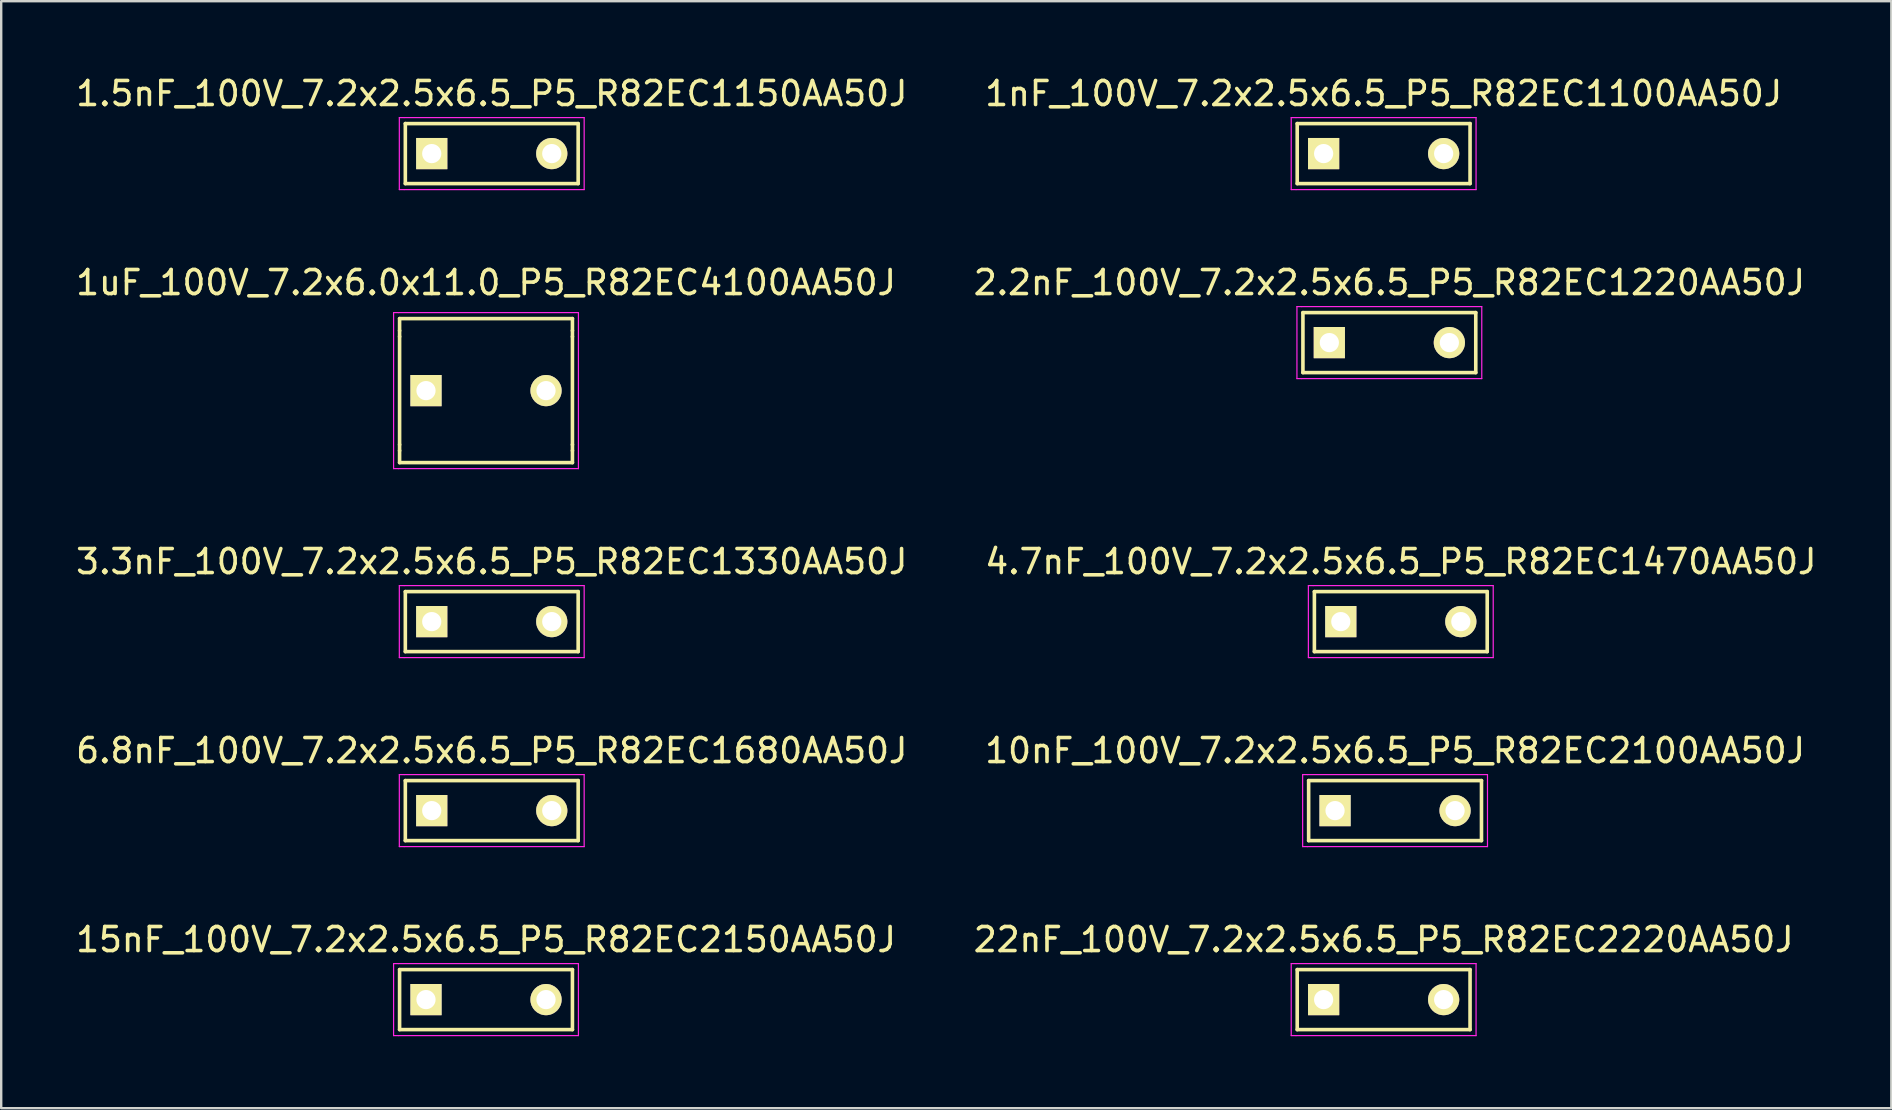
<source format=kicad_pcb>
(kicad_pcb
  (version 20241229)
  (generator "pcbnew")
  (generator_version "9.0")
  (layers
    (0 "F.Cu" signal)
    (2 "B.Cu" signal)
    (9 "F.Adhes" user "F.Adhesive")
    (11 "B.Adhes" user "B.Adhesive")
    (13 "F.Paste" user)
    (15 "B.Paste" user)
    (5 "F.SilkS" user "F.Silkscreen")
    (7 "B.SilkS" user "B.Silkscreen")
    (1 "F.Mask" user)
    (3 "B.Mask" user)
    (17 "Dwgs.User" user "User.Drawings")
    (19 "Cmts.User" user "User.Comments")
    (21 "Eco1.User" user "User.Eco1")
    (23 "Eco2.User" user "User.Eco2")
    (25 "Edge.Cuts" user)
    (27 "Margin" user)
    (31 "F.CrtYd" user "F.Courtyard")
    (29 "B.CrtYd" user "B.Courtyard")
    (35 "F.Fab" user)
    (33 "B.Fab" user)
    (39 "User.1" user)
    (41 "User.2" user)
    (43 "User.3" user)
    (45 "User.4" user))
  (footprint "3.3nF_100V_7.2x2.5x6.5_P5_R82EC1330AA50J"
    (layer "F.Cu")
    (at 14.935 22.845)
    (property "Reference" "3.3nF_100V_7.2x2.5x6.5_P5_R82EC1330AA50J" (at 2.5 -2.5 0) (layer "F.SilkS") (effects (font (size 1 1) (thickness 0.15))))
    (attr through_hole)
    (fp_line (start -1.1 -1.25) (end 6.1 -1.25) (stroke (width 0.15) (type solid)) (layer "F.SilkS"))
    (fp_line (start -1.1 1.25) (end -1.1 -1.25) (stroke (width 0.15) (type solid)) (layer "F.SilkS"))
    (fp_line (start 6.1 -1.25) (end 6.1 1.25) (stroke (width 0.15) (type solid)) (layer "F.SilkS"))
    (fp_line (start 6.1 1.25) (end -1.1 1.25) (stroke (width 0.15) (type solid)) (layer "F.SilkS"))
    (fp_line (start -1.35 1.5) (end -1.35 -1.5) (stroke (width 0.05) (type solid)) (layer "F.CrtYd"))
    (fp_line (start -1.15 -1.5) (end -1.35 -1.5) (stroke (width 0.05) (type solid)) (layer "F.CrtYd"))
    (fp_line (start -1.15 -1.5) (end 6.35 -1.5) (stroke (width 0.05) (type solid)) (layer "F.CrtYd"))
    (fp_line (start -1.15 1.5) (end -1.35 1.5) (stroke (width 0.05) (type solid)) (layer "F.CrtYd"))
    (fp_line (start 6.35 -1.5) (end 6.35 1.5) (stroke (width 0.05) (type solid)) (layer "F.CrtYd"))
    (fp_line (start 6.35 1.5) (end -1.15 1.5) (stroke (width 0.05) (type solid)) (layer "F.CrtYd"))
    (pad "1" thru_hole rect (at 0 0) (size 1.3 1.3) (drill 0.8) (layers "*.Cu" "*.Mask" "F.SilkS"))
    (pad "2" thru_hole circle (at 5 0) (size 1.3 1.3) (drill 0.8) (layers "*.Cu" "*.Mask" "F.SilkS")))
  (footprint "6.8nF_100V_7.2x2.5x6.5_P5_R82EC1680AA50J"
    (layer "F.Cu")
    (at 14.935 30.718)
    (property "Reference" "6.8nF_100V_7.2x2.5x6.5_P5_R82EC1680AA50J" (at 2.5 -2.5 0) (layer "F.SilkS") (effects (font (size 1 1) (thickness 0.15))))
    (attr through_hole)
    (fp_line (start -1.1 -1.25) (end 6.1 -1.25) (stroke (width 0.15) (type solid)) (layer "F.SilkS"))
    (fp_line (start -1.1 1.25) (end -1.1 -1.25) (stroke (width 0.15) (type solid)) (layer "F.SilkS"))
    (fp_line (start 6.1 -1.25) (end 6.1 1.25) (stroke (width 0.15) (type solid)) (layer "F.SilkS"))
    (fp_line (start 6.1 1.25) (end -1.1 1.25) (stroke (width 0.15) (type solid)) (layer "F.SilkS"))
    (fp_line (start -1.35 1.5) (end -1.35 -1.5) (stroke (width 0.05) (type solid)) (layer "F.CrtYd"))
    (fp_line (start -1.15 -1.5) (end -1.35 -1.5) (stroke (width 0.05) (type solid)) (layer "F.CrtYd"))
    (fp_line (start -1.15 -1.5) (end 6.35 -1.5) (stroke (width 0.05) (type solid)) (layer "F.CrtYd"))
    (fp_line (start -1.15 1.5) (end -1.35 1.5) (stroke (width 0.05) (type solid)) (layer "F.CrtYd"))
    (fp_line (start 6.35 -1.5) (end 6.35 1.5) (stroke (width 0.05) (type solid)) (layer "F.CrtYd"))
    (fp_line (start 6.35 1.5) (end -1.15 1.5) (stroke (width 0.05) (type solid)) (layer "F.CrtYd"))
    (pad "1" thru_hole rect (at 0 0) (size 1.3 1.3) (drill 0.8) (layers "*.Cu" "*.Mask" "F.SilkS"))
    (pad "2" thru_hole circle (at 5 0) (size 1.3 1.3) (drill 0.8) (layers "*.Cu" "*.Mask" "F.SilkS")))
  (footprint "15nF_100V_7.2x2.5x6.5_P5_R82EC2150AA50J"
    (layer "F.Cu")
    (at 14.696 38.591)
    (property "Reference" "15nF_100V_7.2x2.5x6.5_P5_R82EC2150AA50J" (at 2.5 -2.5 0) (layer "F.SilkS") (effects (font (size 1 1) (thickness 0.15))))
    (attr through_hole)
    (fp_line (start -1.1 -1.25) (end 6.1 -1.25) (stroke (width 0.15) (type solid)) (layer "F.SilkS"))
    (fp_line (start -1.1 1.25) (end -1.1 -1.25) (stroke (width 0.15) (type solid)) (layer "F.SilkS"))
    (fp_line (start 6.1 -1.25) (end 6.1 1.25) (stroke (width 0.15) (type solid)) (layer "F.SilkS"))
    (fp_line (start 6.1 1.25) (end -1.1 1.25) (stroke (width 0.15) (type solid)) (layer "F.SilkS"))
    (fp_line (start -1.35 1.5) (end -1.35 -1.5) (stroke (width 0.05) (type solid)) (layer "F.CrtYd"))
    (fp_line (start -1.15 -1.5) (end -1.35 -1.5) (stroke (width 0.05) (type solid)) (layer "F.CrtYd"))
    (fp_line (start -1.15 -1.5) (end 6.35 -1.5) (stroke (width 0.05) (type solid)) (layer "F.CrtYd"))
    (fp_line (start -1.15 1.5) (end -1.35 1.5) (stroke (width 0.05) (type solid)) (layer "F.CrtYd"))
    (fp_line (start 6.35 -1.5) (end 6.35 1.5) (stroke (width 0.05) (type solid)) (layer "F.CrtYd"))
    (fp_line (start 6.35 1.5) (end -1.15 1.5) (stroke (width 0.05) (type solid)) (layer "F.CrtYd"))
    (pad "1" thru_hole rect (at 0 0) (size 1.3 1.3) (drill 0.8) (layers "*.Cu" "*.Mask" "F.SilkS"))
    (pad "2" thru_hole circle (at 5 0) (size 1.3 1.3) (drill 0.8) (layers "*.Cu" "*.Mask" "F.SilkS")))
  (footprint "1uF_100V_7.2x6.0x11.0_P5_R82EC4100AA50J"
    (layer "F.Cu")
    (at 14.696 13.222)
    (property "Reference" "1uF_100V_7.2x6.0x11.0_P5_R82EC4100AA50J" (at 2.5 -4.5 0) (layer "F.SilkS") (effects (font (size 1 1) (thickness 0.15))))
    (attr through_hole)
    (fp_line (start -1.1 -3) (end 6.1 -3) (stroke (width 0.15) (type solid)) (layer "F.SilkS"))
    (fp_line (start -1.1 -2.5) (end -1.1 -3) (stroke (width 0.15) (type solid)) (layer "F.SilkS"))
    (fp_line (start -1.1 -2.5) (end -1.1 -2.25) (stroke (width 0.15) (type solid)) (layer "F.SilkS"))
    (fp_line (start -1.1 2.25) (end -1.1 -2.25) (stroke (width 0.15) (type solid)) (layer "F.SilkS"))
    (fp_line (start -1.1 2.25) (end -1.1 2.5) (stroke (width 0.15) (type solid)) (layer "F.SilkS"))
    (fp_line (start -1.1 2.5) (end -1.1 3) (stroke (width 0.15) (type solid)) (layer "F.SilkS"))
    (fp_line (start 6.1 -3) (end 6.1 -2.5) (stroke (width 0.15) (type solid)) (layer "F.SilkS"))
    (fp_line (start 6.1 -2.25) (end 6.1 -2.5) (stroke (width 0.15) (type solid)) (layer "F.SilkS"))
    (fp_line (start 6.1 -2.25) (end 6.1 2.25) (stroke (width 0.15) (type solid)) (layer "F.SilkS"))
    (fp_line (start 6.1 2.25) (end 6.1 2.5) (stroke (width 0.15) (type solid)) (layer "F.SilkS"))
    (fp_line (start 6.1 3) (end -1.1 3) (stroke (width 0.15) (type solid)) (layer "F.SilkS"))
    (fp_line (start 6.1 3) (end 6.1 2.5) (stroke (width 0.15) (type solid)) (layer "F.SilkS"))
    (fp_line (start -1.35 3.25) (end -1.35 -3.25) (stroke (width 0.05) (type solid)) (layer "F.CrtYd"))
    (fp_line (start -1.15 -3.25) (end -1.35 -3.25) (stroke (width 0.05) (type solid)) (layer "F.CrtYd"))
    (fp_line (start -1.15 -3.25) (end 6.35 -3.25) (stroke (width 0.05) (type solid)) (layer "F.CrtYd"))
    (fp_line (start -1.15 3.25) (end -1.35 3.25) (stroke (width 0.05) (type solid)) (layer "F.CrtYd"))
    (fp_line (start 6.35 -3.25) (end 6.35 3.25) (stroke (width 0.05) (type solid)) (layer "F.CrtYd"))
    (fp_line (start 6.35 3.25) (end -1.15 3.25) (stroke (width 0.05) (type solid)) (layer "F.CrtYd"))
    (pad "1" thru_hole rect (at 0 0) (size 1.3 1.3) (drill 0.8) (layers "*.Cu" "*.Mask" "F.SilkS"))
    (pad "2" thru_hole circle (at 5 0) (size 1.3 1.3) (drill 0.8) (layers "*.Cu" "*.Mask" "F.SilkS")))
  (footprint "1.5nF_100V_7.2x2.5x6.5_P5_R82EC1150AA50J"
    (layer "F.Cu")
    (at 14.935 3.348)
    (property "Reference" "1.5nF_100V_7.2x2.5x6.5_P5_R82EC1150AA50J" (at 2.5 -2.5 0) (layer "F.SilkS") (effects (font (size 1 1) (thickness 0.15))))
    (attr through_hole)
    (fp_line (start -1.1 -1.25) (end 6.1 -1.25) (stroke (width 0.15) (type solid)) (layer "F.SilkS"))
    (fp_line (start -1.1 1.25) (end -1.1 -1.25) (stroke (width 0.15) (type solid)) (layer "F.SilkS"))
    (fp_line (start 6.1 -1.25) (end 6.1 1.25) (stroke (width 0.15) (type solid)) (layer "F.SilkS"))
    (fp_line (start 6.1 1.25) (end -1.1 1.25) (stroke (width 0.15) (type solid)) (layer "F.SilkS"))
    (fp_line (start -1.35 1.5) (end -1.35 -1.5) (stroke (width 0.05) (type solid)) (layer "F.CrtYd"))
    (fp_line (start -1.15 -1.5) (end -1.35 -1.5) (stroke (width 0.05) (type solid)) (layer "F.CrtYd"))
    (fp_line (start -1.15 -1.5) (end 6.35 -1.5) (stroke (width 0.05) (type solid)) (layer "F.CrtYd"))
    (fp_line (start -1.15 1.5) (end -1.35 1.5) (stroke (width 0.05) (type solid)) (layer "F.CrtYd"))
    (fp_line (start 6.35 -1.5) (end 6.35 1.5) (stroke (width 0.05) (type solid)) (layer "F.CrtYd"))
    (fp_line (start 6.35 1.5) (end -1.15 1.5) (stroke (width 0.05) (type solid)) (layer "F.CrtYd"))
    (pad "1" thru_hole rect (at 0 0) (size 1.3 1.3) (drill 0.8) (layers "*.Cu" "*.Mask" "F.SilkS"))
    (pad "2" thru_hole circle (at 5 0) (size 1.3 1.3) (drill 0.8) (layers "*.Cu" "*.Mask" "F.SilkS")))
  (footprint "4.7nF_100V_7.2x2.5x6.5_P5_R82EC1470AA50J"
    (layer "F.Cu")
    (at 52.804 22.845)
    (property "Reference" "4.7nF_100V_7.2x2.5x6.5_P5_R82EC1470AA50J" (at 2.5 -2.5 0) (layer "F.SilkS") (effects (font (size 1 1) (thickness 0.15))))
    (attr through_hole)
    (fp_line (start -1.1 -1.25) (end 6.1 -1.25) (stroke (width 0.15) (type solid)) (layer "F.SilkS"))
    (fp_line (start -1.1 1.25) (end -1.1 -1.25) (stroke (width 0.15) (type solid)) (layer "F.SilkS"))
    (fp_line (start 6.1 -1.25) (end 6.1 1.25) (stroke (width 0.15) (type solid)) (layer "F.SilkS"))
    (fp_line (start 6.1 1.25) (end -1.1 1.25) (stroke (width 0.15) (type solid)) (layer "F.SilkS"))
    (fp_line (start -1.35 1.5) (end -1.35 -1.5) (stroke (width 0.05) (type solid)) (layer "F.CrtYd"))
    (fp_line (start -1.15 -1.5) (end -1.35 -1.5) (stroke (width 0.05) (type solid)) (layer "F.CrtYd"))
    (fp_line (start -1.15 -1.5) (end 6.35 -1.5) (stroke (width 0.05) (type solid)) (layer "F.CrtYd"))
    (fp_line (start -1.15 1.5) (end -1.35 1.5) (stroke (width 0.05) (type solid)) (layer "F.CrtYd"))
    (fp_line (start 6.35 -1.5) (end 6.35 1.5) (stroke (width 0.05) (type solid)) (layer "F.CrtYd"))
    (fp_line (start 6.35 1.5) (end -1.15 1.5) (stroke (width 0.05) (type solid)) (layer "F.CrtYd"))
    (pad "1" thru_hole rect (at 0 0) (size 1.3 1.3) (drill 0.8) (layers "*.Cu" "*.Mask" "F.SilkS"))
    (pad "2" thru_hole circle (at 5 0) (size 1.3 1.3) (drill 0.8) (layers "*.Cu" "*.Mask" "F.SilkS")))
  (footprint "1nF_100V_7.2x2.5x6.5_P5_R82EC1100AA50J"
    (layer "F.Cu")
    (at 52.089 3.348)
    (property "Reference" "1nF_100V_7.2x2.5x6.5_P5_R82EC1100AA50J" (at 2.5 -2.5 0) (layer "F.SilkS") (effects (font (size 1 1) (thickness 0.15))))
    (attr through_hole)
    (fp_line (start -1.1 -1.25) (end 6.1 -1.25) (stroke (width 0.15) (type solid)) (layer "F.SilkS"))
    (fp_line (start -1.1 1.25) (end -1.1 -1.25) (stroke (width 0.15) (type solid)) (layer "F.SilkS"))
    (fp_line (start 6.1 -1.25) (end 6.1 1.25) (stroke (width 0.15) (type solid)) (layer "F.SilkS"))
    (fp_line (start 6.1 1.25) (end -1.1 1.25) (stroke (width 0.15) (type solid)) (layer "F.SilkS"))
    (fp_line (start -1.35 1.5) (end -1.35 -1.5) (stroke (width 0.05) (type solid)) (layer "F.CrtYd"))
    (fp_line (start -1.15 -1.5) (end -1.35 -1.5) (stroke (width 0.05) (type solid)) (layer "F.CrtYd"))
    (fp_line (start -1.15 -1.5) (end 6.35 -1.5) (stroke (width 0.05) (type solid)) (layer "F.CrtYd"))
    (fp_line (start -1.15 1.5) (end -1.35 1.5) (stroke (width 0.05) (type solid)) (layer "F.CrtYd"))
    (fp_line (start 6.35 -1.5) (end 6.35 1.5) (stroke (width 0.05) (type solid)) (layer "F.CrtYd"))
    (fp_line (start 6.35 1.5) (end -1.15 1.5) (stroke (width 0.05) (type solid)) (layer "F.CrtYd"))
    (pad "1" thru_hole rect (at 0 0) (size 1.3 1.3) (drill 0.8) (layers "*.Cu" "*.Mask" "F.SilkS"))
    (pad "2" thru_hole circle (at 5 0) (size 1.3 1.3) (drill 0.8) (layers "*.Cu" "*.Mask" "F.SilkS")))
  (footprint "10nF_100V_7.2x2.5x6.5_P5_R82EC2100AA50J"
    (layer "F.Cu")
    (at 52.565 30.718)
    (property "Reference" "10nF_100V_7.2x2.5x6.5_P5_R82EC2100AA50J" (at 2.5 -2.5 0) (layer "F.SilkS") (effects (font (size 1 1) (thickness 0.15))))
    (attr through_hole)
    (fp_line (start -1.1 -1.25) (end 6.1 -1.25) (stroke (width 0.15) (type solid)) (layer "F.SilkS"))
    (fp_line (start -1.1 1.25) (end -1.1 -1.25) (stroke (width 0.15) (type solid)) (layer "F.SilkS"))
    (fp_line (start 6.1 -1.25) (end 6.1 1.25) (stroke (width 0.15) (type solid)) (layer "F.SilkS"))
    (fp_line (start 6.1 1.25) (end -1.1 1.25) (stroke (width 0.15) (type solid)) (layer "F.SilkS"))
    (fp_line (start -1.35 1.5) (end -1.35 -1.5) (stroke (width 0.05) (type solid)) (layer "F.CrtYd"))
    (fp_line (start -1.15 -1.5) (end -1.35 -1.5) (stroke (width 0.05) (type solid)) (layer "F.CrtYd"))
    (fp_line (start -1.15 -1.5) (end 6.35 -1.5) (stroke (width 0.05) (type solid)) (layer "F.CrtYd"))
    (fp_line (start -1.15 1.5) (end -1.35 1.5) (stroke (width 0.05) (type solid)) (layer "F.CrtYd"))
    (fp_line (start 6.35 -1.5) (end 6.35 1.5) (stroke (width 0.05) (type solid)) (layer "F.CrtYd"))
    (fp_line (start 6.35 1.5) (end -1.15 1.5) (stroke (width 0.05) (type solid)) (layer "F.CrtYd"))
    (pad "1" thru_hole rect (at 0 0) (size 1.3 1.3) (drill 0.8) (layers "*.Cu" "*.Mask" "F.SilkS"))
    (pad "2" thru_hole circle (at 5 0) (size 1.3 1.3) (drill 0.8) (layers "*.Cu" "*.Mask" "F.SilkS")))
  (footprint "22nF_100V_7.2x2.5x6.5_P5_R82EC2220AA50J"
    (layer "F.Cu")
    (at 52.089 38.591)
    (property "Reference" "22nF_100V_7.2x2.5x6.5_P5_R82EC2220AA50J" (at 2.5 -2.5 0) (layer "F.SilkS") (effects (font (size 1 1) (thickness 0.15))))
    (attr through_hole)
    (fp_line (start -1.1 -1.25) (end 6.1 -1.25) (stroke (width 0.15) (type solid)) (layer "F.SilkS"))
    (fp_line (start -1.1 1.25) (end -1.1 -1.25) (stroke (width 0.15) (type solid)) (layer "F.SilkS"))
    (fp_line (start 6.1 -1.25) (end 6.1 1.25) (stroke (width 0.15) (type solid)) (layer "F.SilkS"))
    (fp_line (start 6.1 1.25) (end -1.1 1.25) (stroke (width 0.15) (type solid)) (layer "F.SilkS"))
    (fp_line (start -1.35 1.5) (end -1.35 -1.5) (stroke (width 0.05) (type solid)) (layer "F.CrtYd"))
    (fp_line (start -1.15 -1.5) (end -1.35 -1.5) (stroke (width 0.05) (type solid)) (layer "F.CrtYd"))
    (fp_line (start -1.15 -1.5) (end 6.35 -1.5) (stroke (width 0.05) (type solid)) (layer "F.CrtYd"))
    (fp_line (start -1.15 1.5) (end -1.35 1.5) (stroke (width 0.05) (type solid)) (layer "F.CrtYd"))
    (fp_line (start 6.35 -1.5) (end 6.35 1.5) (stroke (width 0.05) (type solid)) (layer "F.CrtYd"))
    (fp_line (start 6.35 1.5) (end -1.15 1.5) (stroke (width 0.05) (type solid)) (layer "F.CrtYd"))
    (pad "1" thru_hole rect (at 0 0) (size 1.3 1.3) (drill 0.8) (layers "*.Cu" "*.Mask" "F.SilkS"))
    (pad "2" thru_hole circle (at 5 0) (size 1.3 1.3) (drill 0.8) (layers "*.Cu" "*.Mask" "F.SilkS")))
  (footprint "2.2nF_100V_7.2x2.5x6.5_P5_R82EC1220AA50J"
    (layer "F.Cu")
    (at 52.327 11.222)
    (property "Reference" "2.2nF_100V_7.2x2.5x6.5_P5_R82EC1220AA50J" (at 2.5 -2.5 0) (layer "F.SilkS") (effects (font (size 1 1) (thickness 0.15))))
    (attr through_hole)
    (fp_line (start -1.1 -1.25) (end 6.1 -1.25) (stroke (width 0.15) (type solid)) (layer "F.SilkS"))
    (fp_line (start -1.1 1.25) (end -1.1 -1.25) (stroke (width 0.15) (type solid)) (layer "F.SilkS"))
    (fp_line (start 6.1 -1.25) (end 6.1 1.25) (stroke (width 0.15) (type solid)) (layer "F.SilkS"))
    (fp_line (start 6.1 1.25) (end -1.1 1.25) (stroke (width 0.15) (type solid)) (layer "F.SilkS"))
    (fp_line (start -1.35 1.5) (end -1.35 -1.5) (stroke (width 0.05) (type solid)) (layer "F.CrtYd"))
    (fp_line (start -1.15 -1.5) (end -1.35 -1.5) (stroke (width 0.05) (type solid)) (layer "F.CrtYd"))
    (fp_line (start -1.15 -1.5) (end 6.35 -1.5) (stroke (width 0.05) (type solid)) (layer "F.CrtYd"))
    (fp_line (start -1.15 1.5) (end -1.35 1.5) (stroke (width 0.05) (type solid)) (layer "F.CrtYd"))
    (fp_line (start 6.35 -1.5) (end 6.35 1.5) (stroke (width 0.05) (type solid)) (layer "F.CrtYd"))
    (fp_line (start 6.35 1.5) (end -1.15 1.5) (stroke (width 0.05) (type solid)) (layer "F.CrtYd"))
    (pad "1" thru_hole rect (at 0 0) (size 1.3 1.3) (drill 0.8) (layers "*.Cu" "*.Mask" "F.SilkS"))
    (pad "2" thru_hole circle (at 5 0) (size 1.3 1.3) (drill 0.8) (layers "*.Cu" "*.Mask" "F.SilkS")))
  (gr_rect
    (start -3 -3)
    (end 75.738 43.116)
    (stroke (width 0.1) (type default))
    (fill no)
    (layer "Edge.Cuts")))
</source>
